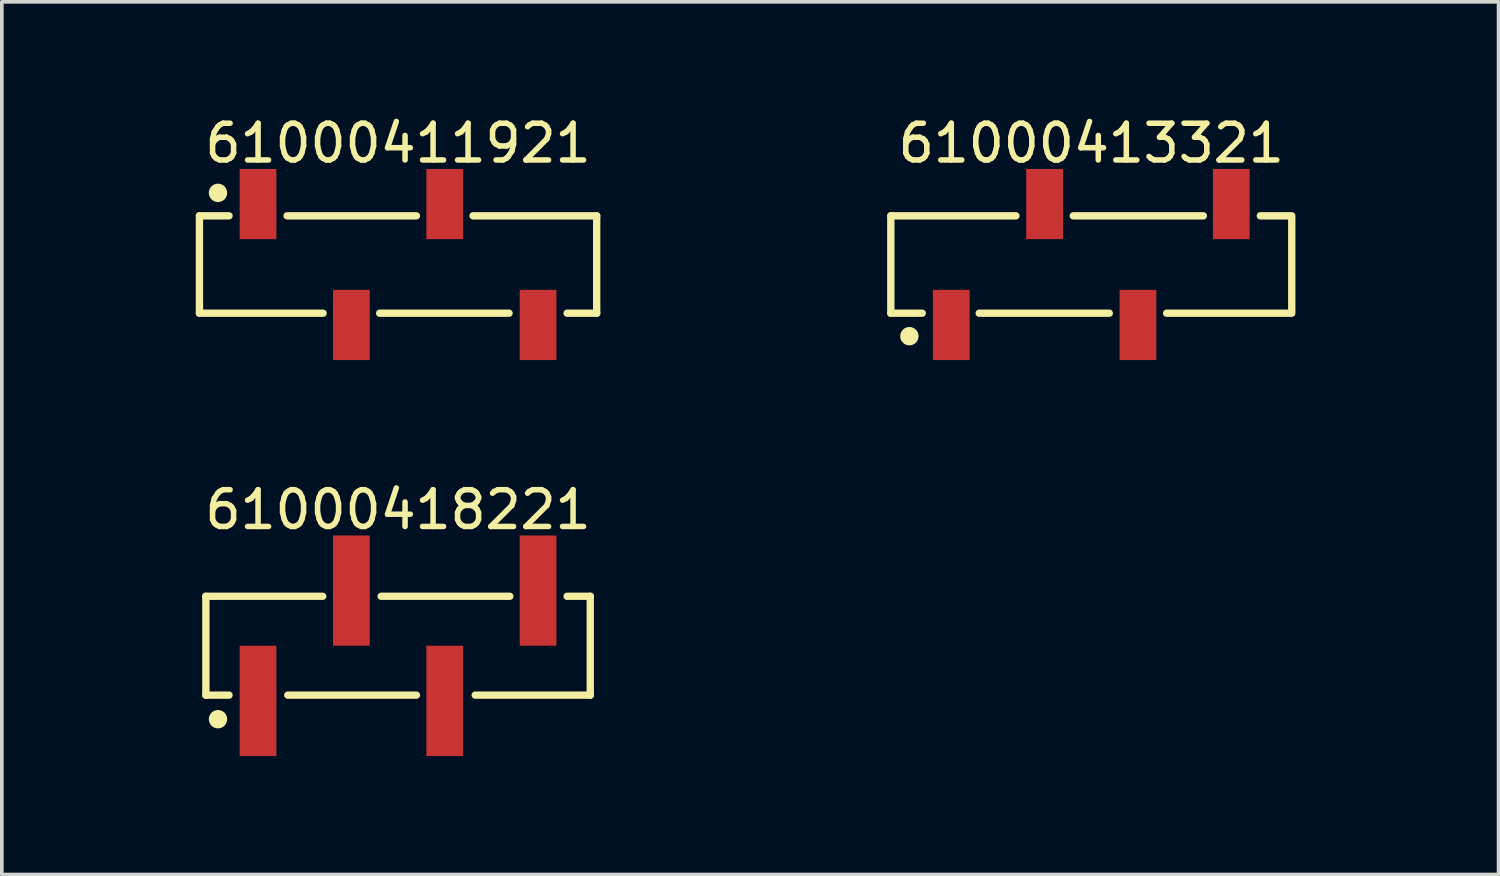
<source format=kicad_pcb>
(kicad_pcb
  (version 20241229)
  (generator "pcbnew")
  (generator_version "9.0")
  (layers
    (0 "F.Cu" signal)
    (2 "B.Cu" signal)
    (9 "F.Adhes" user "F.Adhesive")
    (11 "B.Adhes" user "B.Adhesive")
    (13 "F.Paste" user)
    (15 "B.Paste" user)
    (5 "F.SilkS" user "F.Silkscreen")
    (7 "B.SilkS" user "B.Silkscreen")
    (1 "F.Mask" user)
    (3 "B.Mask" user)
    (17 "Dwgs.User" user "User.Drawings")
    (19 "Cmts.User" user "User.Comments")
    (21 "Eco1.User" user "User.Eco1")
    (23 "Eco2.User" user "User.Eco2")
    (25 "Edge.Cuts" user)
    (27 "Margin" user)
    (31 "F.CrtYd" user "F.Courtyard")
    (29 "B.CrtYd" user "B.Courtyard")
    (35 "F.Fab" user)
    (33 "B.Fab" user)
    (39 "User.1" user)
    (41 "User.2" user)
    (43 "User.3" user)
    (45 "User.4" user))
  (footprint "61000418221"
    (layer "F.Cu")
    (at 7.782 14.521)
    (property "Reference" "61000418221" (at 0 -3.7 0) (layer "F.SilkS") (effects (font (size 1 1) (thickness 0.15))))
    (fp_line (start -5.23 -1.345) (end -2.05 -1.345) (stroke (width 0.2) (type solid)) (layer "F.SilkS"))
    (fp_line (start -5.23 1.345) (end -5.23 -1.345) (stroke (width 0.2) (type solid)) (layer "F.SilkS"))
    (fp_line (start -5.23 1.345) (end -4.6 1.345) (stroke (width 0.2) (type solid)) (layer "F.SilkS"))
    (fp_line (start -3 1.345) (end 0.5 1.345) (stroke (width 0.2) (type solid)) (layer "F.SilkS"))
    (fp_line (start -0.46 -1.345) (end 3.04 -1.345) (stroke (width 0.2) (type solid)) (layer "F.SilkS"))
    (fp_line (start 2.1 1.345) (end 5.23 1.345) (stroke (width 0.2) (type solid)) (layer "F.SilkS"))
    (fp_line (start 4.6 -1.345) (end 5.23 -1.345) (stroke (width 0.2) (type solid)) (layer "F.SilkS"))
    (fp_line (start 5.23 1.345) (end 5.23 -1.345) (stroke (width 0.2) (type solid)) (layer "F.SilkS"))
    (fp_circle (center -4.9 2) (end -4.9 1.875) (stroke (width 0.25) (type solid)) (fill no) (layer "F.SilkS"))
    (fp_line (start -5.43 -3.2) (end 5.43 -3.2) (stroke (width 0.05) (type solid)) (layer "Eco2.User"))
    (fp_line (start -5.43 3.2) (end -5.43 -3.2) (stroke (width 0.05) (type solid)) (layer "Eco2.User"))
    (fp_line (start -5.43 3.2) (end 5.43 3.2) (stroke (width 0.05) (type solid)) (layer "Eco2.User"))
    (fp_line (start -5.08 -1.27) (end 5.08 -1.27) (stroke (width 0.1) (type solid)) (layer "Eco2.User"))
    (fp_line (start -5.08 1.27) (end -5.08 -1.27) (stroke (width 0.1) (type solid)) (layer "Eco2.User"))
    (fp_line (start -5.08 1.27) (end 5.08 1.27) (stroke (width 0.1) (type solid)) (layer "Eco2.User"))
    (fp_line (start -4.13 2.5) (end -4.13 1.27) (stroke (width 0.1) (type solid)) (layer "Eco2.User"))
    (fp_line (start -4.13 2.5) (end -3.49 2.5) (stroke (width 0.1) (type solid)) (layer "Eco2.User"))
    (fp_line (start -3.49 2.5) (end -3.49 1.27) (stroke (width 0.1) (type solid)) (layer "Eco2.User"))
    (fp_line (start -1.59 -2.5) (end -0.95 -2.5) (stroke (width 0.1) (type solid)) (layer "Eco2.User"))
    (fp_line (start -1.59 -1.27) (end -1.59 -2.5) (stroke (width 0.1) (type solid)) (layer "Eco2.User"))
    (fp_line (start -0.95 -1.27) (end -0.95 -2.5) (stroke (width 0.1) (type solid)) (layer "Eco2.User"))
    (fp_line (start -0.5 0) (end 0.5 0) (stroke (width 0.05) (type solid)) (layer "Eco2.User"))
    (fp_line (start 0 0.5) (end 0 -0.5) (stroke (width 0.05) (type solid)) (layer "Eco2.User"))
    (fp_line (start 0.95 2.5) (end 0.95 1.27) (stroke (width 0.1) (type solid)) (layer "Eco2.User"))
    (fp_line (start 0.95 2.5) (end 1.59 2.5) (stroke (width 0.1) (type solid)) (layer "Eco2.User"))
    (fp_line (start 1.59 2.5) (end 1.59 1.27) (stroke (width 0.1) (type solid)) (layer "Eco2.User"))
    (fp_line (start 3.49 -2.5) (end 4.13 -2.5) (stroke (width 0.1) (type solid)) (layer "Eco2.User"))
    (fp_line (start 3.49 -1.27) (end 3.49 -2.5) (stroke (width 0.1) (type solid)) (layer "Eco2.User"))
    (fp_line (start 4.13 -1.27) (end 4.13 -2.5) (stroke (width 0.1) (type solid)) (layer "Eco2.User"))
    (fp_line (start 5.08 1.27) (end 5.08 -1.27) (stroke (width 0.1) (type solid)) (layer "Eco2.User"))
    (fp_line (start 5.43 3.2) (end 5.43 -3.2) (stroke (width 0.05) (type solid)) (layer "Eco2.User"))
    (fp_text user "${REFERENCE}" (at 0.15 -0.197 0) (unlocked yes) (layer "User.3") (effects (font (size 1.5 1.5) (thickness 0.15))))
    (pad "1" smd rect (at -3.81 1.5) (size 1 3) (layers "F.Cu" "F.Mask" "F.Paste"))
    (pad "2" smd rect (at -1.27 -1.5) (size 1 3) (layers "F.Cu" "F.Mask" "F.Paste"))
    (pad "3" smd rect (at 1.27 1.5) (size 1 3) (layers "F.Cu" "F.Mask" "F.Paste"))
    (pad "4" smd rect (at 3.81 -1.5) (size 1 3) (layers "F.Cu" "F.Mask" "F.Paste")))
  (footprint "61000413321"
    (layer "F.Cu")
    (at 26.646 4.148)
    (property "Reference" "61000413321" (at 0 -3.3 0) (layer "F.SilkS") (effects (font (size 1 1) (thickness 0.15))))
    (fp_line (start -5.455 -1.325) (end -2.05 -1.325) (stroke (width 0.2) (type solid)) (layer "F.SilkS"))
    (fp_line (start -5.455 1.325) (end -5.455 -1.325) (stroke (width 0.2) (type solid)) (layer "F.SilkS"))
    (fp_line (start -5.455 1.325) (end -4.6 1.325) (stroke (width 0.2) (type solid)) (layer "F.SilkS"))
    (fp_line (start -3.05 1.325) (end 0.49 1.325) (stroke (width 0.2) (type solid)) (layer "F.SilkS"))
    (fp_line (start -0.49 -1.325) (end 3.05 -1.325) (stroke (width 0.2) (type solid)) (layer "F.SilkS"))
    (fp_line (start 2.05 1.325) (end 5.405 1.325) (stroke (width 0.2) (type solid)) (layer "F.SilkS"))
    (fp_line (start 4.6 -1.325) (end 5.405 -1.325) (stroke (width 0.2) (type solid)) (layer "F.SilkS"))
    (fp_line (start 5.455 1.325) (end 5.455 -1.325) (stroke (width 0.2) (type solid)) (layer "F.SilkS"))
    (fp_circle (center -4.95 1.95) (end -4.95 1.825) (stroke (width 0.25) (type solid)) (fill no) (layer "F.SilkS"))
    (fp_line (start -5.655 -2.8) (end 5.655 -2.8) (stroke (width 0.05) (type solid)) (layer "Eco2.User"))
    (fp_line (start -5.655 2.8) (end -5.655 -2.8) (stroke (width 0.05) (type solid)) (layer "Eco2.User"))
    (fp_line (start -5.655 2.8) (end 5.655 2.8) (stroke (width 0.05) (type solid)) (layer "Eco2.User"))
    (fp_line (start -5.33 -1.25) (end 5.33 -1.25) (stroke (width 0.1) (type solid)) (layer "Eco2.User"))
    (fp_line (start -5.33 1.25) (end -5.33 -1.25) (stroke (width 0.1) (type solid)) (layer "Eco2.User"))
    (fp_line (start -5.33 1.25) (end 5.33 1.25) (stroke (width 0.1) (type solid)) (layer "Eco2.User"))
    (fp_line (start -4.06 2.025) (end -4.06 1.25) (stroke (width 0.1) (type solid)) (layer "Eco2.User"))
    (fp_line (start -4.06 2.025) (end -3.56 2.025) (stroke (width 0.1) (type solid)) (layer "Eco2.User"))
    (fp_line (start -3.56 2.025) (end -3.56 1.25) (stroke (width 0.1) (type solid)) (layer "Eco2.User"))
    (fp_line (start -1.52 -2.025) (end -1.02 -2.025) (stroke (width 0.1) (type solid)) (layer "Eco2.User"))
    (fp_line (start -1.52 -1.25) (end -1.52 -2.025) (stroke (width 0.1) (type solid)) (layer "Eco2.User"))
    (fp_line (start -1.02 -1.25) (end -1.02 -2.025) (stroke (width 0.1) (type solid)) (layer "Eco2.User"))
    (fp_line (start -0.5 0) (end 0.5 0) (stroke (width 0.05) (type solid)) (layer "Eco2.User"))
    (fp_line (start 0 0.5) (end 0 -0.5) (stroke (width 0.05) (type solid)) (layer "Eco2.User"))
    (fp_line (start 1.02 2.025) (end 1.02 1.25) (stroke (width 0.1) (type solid)) (layer "Eco2.User"))
    (fp_line (start 1.02 2.025) (end 1.52 2.025) (stroke (width 0.1) (type solid)) (layer "Eco2.User"))
    (fp_line (start 1.52 2.025) (end 1.52 1.25) (stroke (width 0.1) (type solid)) (layer "Eco2.User"))
    (fp_line (start 3.56 -2.025) (end 4.06 -2.025) (stroke (width 0.1) (type solid)) (layer "Eco2.User"))
    (fp_line (start 3.56 -1.25) (end 3.56 -2.025) (stroke (width 0.1) (type solid)) (layer "Eco2.User"))
    (fp_line (start 4.06 -1.25) (end 4.06 -2.025) (stroke (width 0.1) (type solid)) (layer "Eco2.User"))
    (fp_line (start 5.33 1.25) (end 5.33 -1.25) (stroke (width 0.1) (type solid)) (layer "Eco2.User"))
    (fp_line (start 5.655 2.8) (end 5.655 -2.8) (stroke (width 0.05) (type solid)) (layer "Eco2.User"))
    (fp_text user "${REFERENCE}" (at 0.15 -0.197 0) (unlocked yes) (layer "User.3") (effects (font (size 1.5 1.5) (thickness 0.15))))
    (pad "1" smd rect (at -3.81 1.645 180) (size 1 1.91) (layers "F.Cu" "F.Mask" "F.Paste"))
    (pad "2" smd rect (at -1.27 -1.645 180) (size 1 1.91) (layers "F.Cu" "F.Mask" "F.Paste"))
    (pad "3" smd rect (at 1.27 1.645 180) (size 1 1.91) (layers "F.Cu" "F.Mask" "F.Paste"))
    (pad "4" smd rect (at 3.81 -1.645 180) (size 1 1.91) (layers "F.Cu" "F.Mask" "F.Paste")))
  (footprint "61000411921"
    (layer "F.Cu")
    (at 7.782 4.148)
    (property "Reference" "61000411921" (at 0 -3.3 0) (layer "F.SilkS") (effects (font (size 1 1) (thickness 0.15))))
    (fp_line (start -5.405 -1.325) (end -4.6 -1.325) (stroke (width 0.2) (type solid)) (layer "F.SilkS"))
    (fp_line (start -5.405 1.325) (end -5.405 -1.325) (stroke (width 0.2) (type solid)) (layer "F.SilkS"))
    (fp_line (start -5.405 1.325) (end -2.04 1.325) (stroke (width 0.2) (type solid)) (layer "F.SilkS"))
    (fp_line (start -3.02 -1.325) (end 0.5 -1.325) (stroke (width 0.2) (type solid)) (layer "F.SilkS"))
    (fp_line (start -0.5 1.325) (end 3.02 1.325) (stroke (width 0.2) (type solid)) (layer "F.SilkS"))
    (fp_line (start 2.04 -1.325) (end 5.405 -1.325) (stroke (width 0.2) (type solid)) (layer "F.SilkS"))
    (fp_line (start 4.6 1.325) (end 5.405 1.325) (stroke (width 0.2) (type solid)) (layer "F.SilkS"))
    (fp_line (start 5.405 1.325) (end 5.405 -1.325) (stroke (width 0.2) (type solid)) (layer "F.SilkS"))
    (fp_circle (center -4.9 -1.95) (end -4.9 -2.075) (stroke (width 0.25) (type solid)) (fill no) (layer "F.SilkS"))
    (fp_line (start -5.605 -2.8) (end 5.605 -2.8) (stroke (width 0.05) (type solid)) (layer "Eco2.User"))
    (fp_line (start -5.605 2.8) (end -5.605 -2.8) (stroke (width 0.05) (type solid)) (layer "Eco2.User"))
    (fp_line (start -5.605 2.8) (end 5.605 2.8) (stroke (width 0.05) (type solid)) (layer "Eco2.User"))
    (fp_line (start -5.33 -1.25) (end 5.33 -1.25) (stroke (width 0.1) (type solid)) (layer "Eco2.User"))
    (fp_line (start -5.33 1.25) (end -5.33 -1.25) (stroke (width 0.1) (type solid)) (layer "Eco2.User"))
    (fp_line (start -5.33 1.25) (end 5.33 1.25) (stroke (width 0.1) (type solid)) (layer "Eco2.User"))
    (fp_line (start -4.06 -2.025) (end -3.56 -2.025) (stroke (width 0.1) (type solid)) (layer "Eco2.User"))
    (fp_line (start -4.06 -1.25) (end -4.06 -2.025) (stroke (width 0.1) (type solid)) (layer "Eco2.User"))
    (fp_line (start -3.56 -1.25) (end -3.56 -2.025) (stroke (width 0.1) (type solid)) (layer "Eco2.User"))
    (fp_line (start -1.52 2.025) (end -1.52 1.25) (stroke (width 0.1) (type solid)) (layer "Eco2.User"))
    (fp_line (start -1.52 2.025) (end -1.02 2.025) (stroke (width 0.1) (type solid)) (layer "Eco2.User"))
    (fp_line (start -1.02 2.025) (end -1.02 1.25) (stroke (width 0.1) (type solid)) (layer "Eco2.User"))
    (fp_line (start -0.5 0) (end 0.5 0) (stroke (width 0.05) (type solid)) (layer "Eco2.User"))
    (fp_line (start 0 0.5) (end 0 -0.5) (stroke (width 0.05) (type solid)) (layer "Eco2.User"))
    (fp_line (start 1.02 -2.025) (end 1.52 -2.025) (stroke (width 0.1) (type solid)) (layer "Eco2.User"))
    (fp_line (start 1.02 -1.25) (end 1.02 -2.025) (stroke (width 0.1) (type solid)) (layer "Eco2.User"))
    (fp_line (start 1.52 -1.25) (end 1.52 -2.025) (stroke (width 0.1) (type solid)) (layer "Eco2.User"))
    (fp_line (start 3.56 2.025) (end 3.56 1.25) (stroke (width 0.1) (type solid)) (layer "Eco2.User"))
    (fp_line (start 3.56 2.025) (end 4.06 2.025) (stroke (width 0.1) (type solid)) (layer "Eco2.User"))
    (fp_line (start 4.06 2.025) (end 4.06 1.25) (stroke (width 0.1) (type solid)) (layer "Eco2.User"))
    (fp_line (start 5.33 1.25) (end 5.33 -1.25) (stroke (width 0.1) (type solid)) (layer "Eco2.User"))
    (fp_line (start 5.605 2.8) (end 5.605 -2.8) (stroke (width 0.05) (type solid)) (layer "Eco2.User"))
    (fp_text user "${REFERENCE}" (at 0.15 -0.197 0) (unlocked yes) (layer "User.3") (effects (font (size 1.5 1.5) (thickness 0.15))))
    (pad "1" smd rect (at -3.81 -1.645) (size 1 1.91) (layers "F.Cu" "F.Mask" "F.Paste"))
    (pad "2" smd rect (at -1.27 1.645) (size 1 1.91) (layers "F.Cu" "F.Mask" "F.Paste"))
    (pad "3" smd rect (at 1.27 -1.645) (size 1 1.91) (layers "F.Cu" "F.Mask" "F.Paste"))
    (pad "4" smd rect (at 3.81 1.645) (size 1 1.91) (layers "F.Cu" "F.Mask" "F.Paste")))
  (gr_rect
    (start -3 -3)
    (end 37.729 20.747)
    (stroke (width 0.1) (type default))
    (fill no)
    (layer "Edge.Cuts")))
</source>
